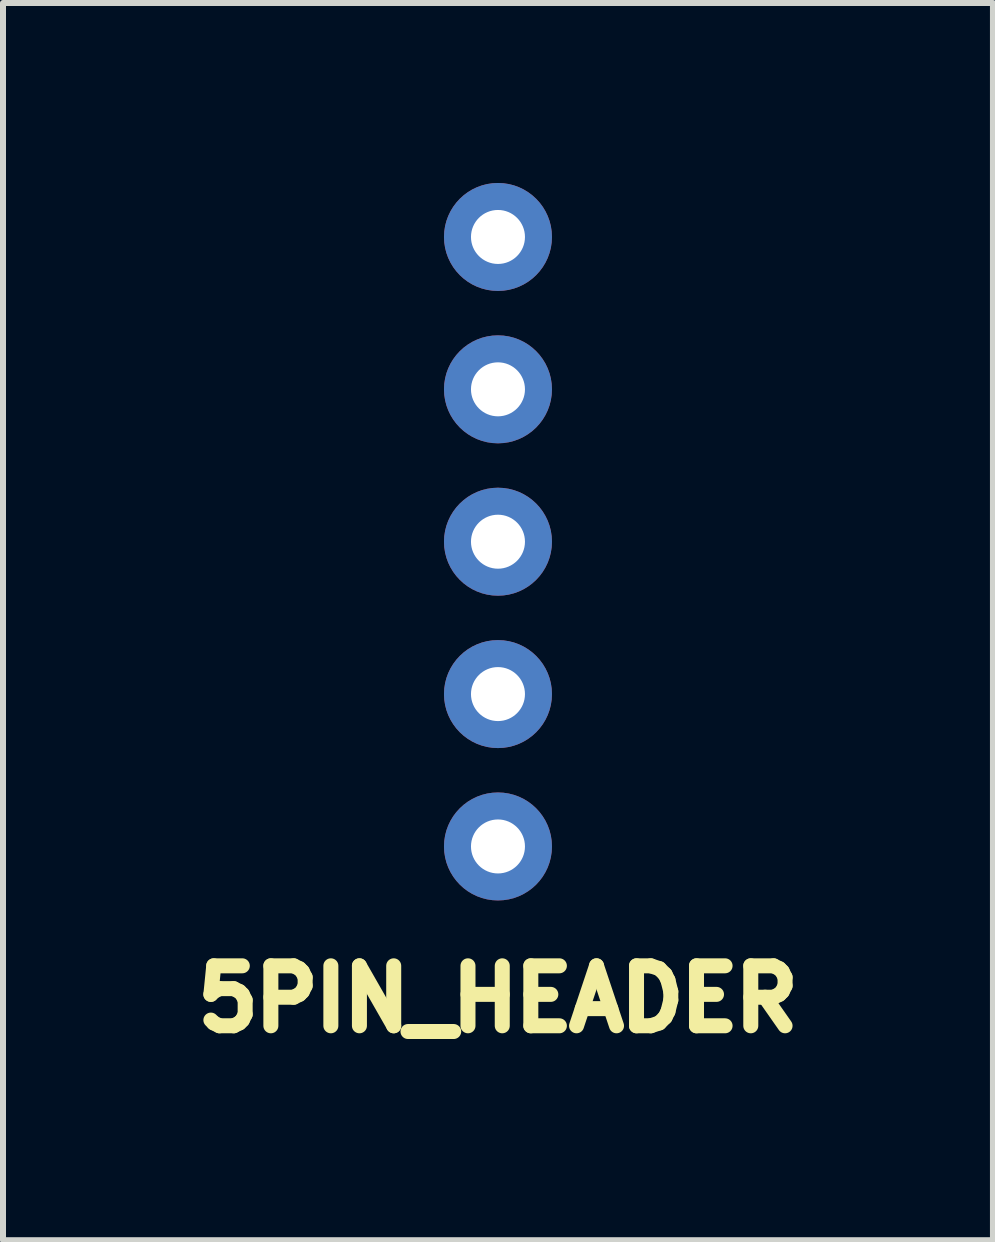
<source format=kicad_pcb>
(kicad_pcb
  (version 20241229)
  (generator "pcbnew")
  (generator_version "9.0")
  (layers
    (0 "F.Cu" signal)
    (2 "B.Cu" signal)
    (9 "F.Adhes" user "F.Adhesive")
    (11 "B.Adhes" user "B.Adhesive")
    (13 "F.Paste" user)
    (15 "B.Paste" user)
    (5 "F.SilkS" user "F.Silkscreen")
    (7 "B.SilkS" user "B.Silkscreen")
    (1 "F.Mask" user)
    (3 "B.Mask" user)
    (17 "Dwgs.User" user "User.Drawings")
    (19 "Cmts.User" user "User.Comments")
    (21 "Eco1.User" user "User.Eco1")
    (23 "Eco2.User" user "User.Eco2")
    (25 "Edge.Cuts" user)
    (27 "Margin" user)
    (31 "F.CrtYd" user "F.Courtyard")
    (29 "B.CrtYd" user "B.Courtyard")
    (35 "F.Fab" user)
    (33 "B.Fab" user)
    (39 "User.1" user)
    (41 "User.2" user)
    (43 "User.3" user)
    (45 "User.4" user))
  (footprint "5PIN_HEADER"
    (layer "F.Cu")
    (at 5.251 5.98)
    (property "Reference" "5PIN_HEADER" (at 0 7.62 0) (layer "F.SilkS") (effects (font (size 1 1) (thickness 0.25))))
    (attr through_hole)
    (pad "1" thru_hole circle (at 0 -5.08) (size 1.8 1.8) (drill 0.9) (layers "*.Cu" "*.Mask"))
    (pad "2" thru_hole circle (at 0 -2.54) (size 1.8 1.8) (drill 0.9) (layers "*.Cu" "*.Mask"))
    (pad "3" thru_hole circle (at 0 0) (size 1.8 1.8) (drill 0.9) (layers "*.Cu" "*.Mask"))
    (pad "4" thru_hole circle (at 0 2.54) (size 1.8 1.8) (drill 0.9) (layers "*.Cu" "*.Mask"))
    (pad "5" thru_hole circle (at 0 5.08) (size 1.8 1.8) (drill 0.9) (layers "*.Cu" "*.Mask")))
  (gr_rect
    (start -3 -3)
    (end 13.502 17.624)
    (stroke (width 0.1) (type default))
    (fill no)
    (layer "Edge.Cuts")))
</source>
